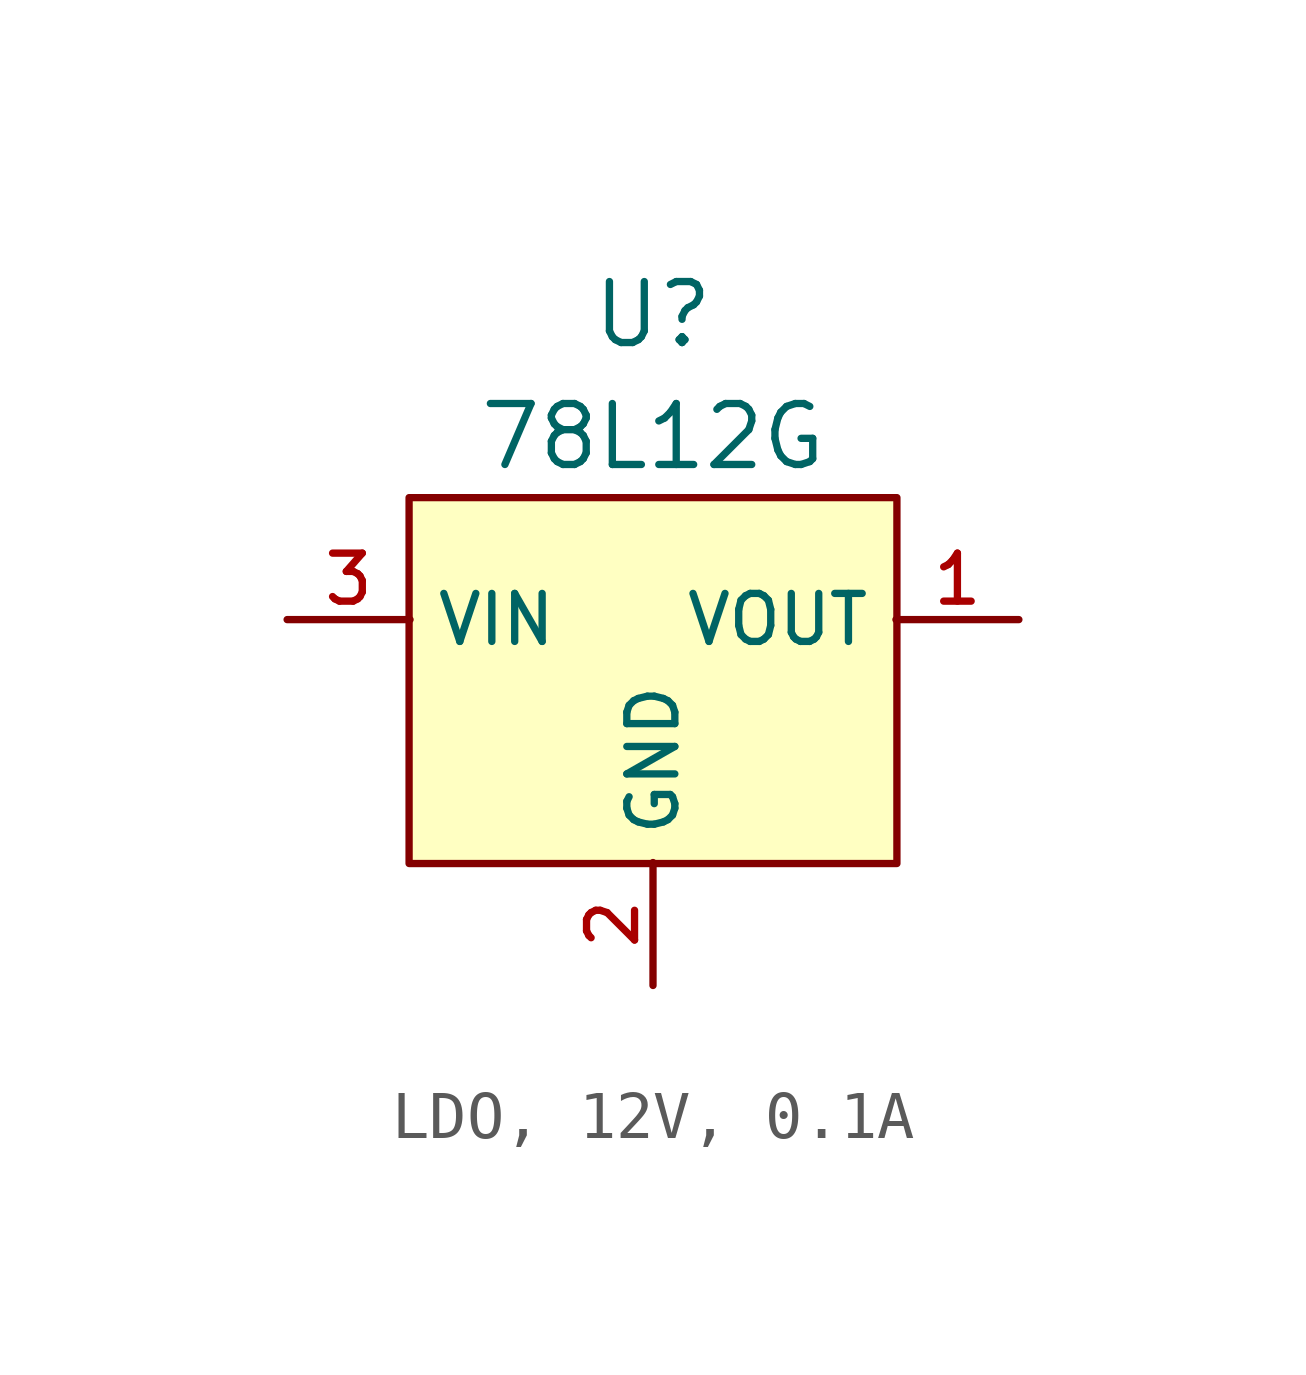
<source format=kicad_sym>
(kicad_symbol_lib
  (version 20231120)
  (generator "CDFER_Archive_Tool")
  (generator_version "0.0")
  (symbol "LDO, 12V, 0.1A"
    (property "Reference" "U"
      (at 0 8.89 0)
      (effects (font (size 1.27 1.27))))
    (property "Value" "78L12G"
      (at 0 6.35 0)
      (effects (font (size 1.27 1.27))))
    (symbol "LDO, 12V, 0.1A_0_1"
      (rectangle (start -5.08 5.08) (end 5.08 -2.54) (stroke (width 0) (type default)) (fill (type background))))
    (symbol "LDO, 12V, 0.1A_1_1"
      (pin unspecified line (at 7.62 2.54 180) (length 2.56) (name "VOUT" (effects (font (size 1 1)))) (number "1" (effects (font (size 1 1)))))
      (pin unspecified line (at 0 -5.08 90) (length 2.56) (name "GND" (effects (font (size 1 1)))) (number "2" (effects (font (size 1 1)))))
      (pin unspecified line (at -7.62 2.54 0) (length 2.56) (name "VIN" (effects (font (size 1 1)))) (number "3" (effects (font (size 1 1))))))))
</source>
